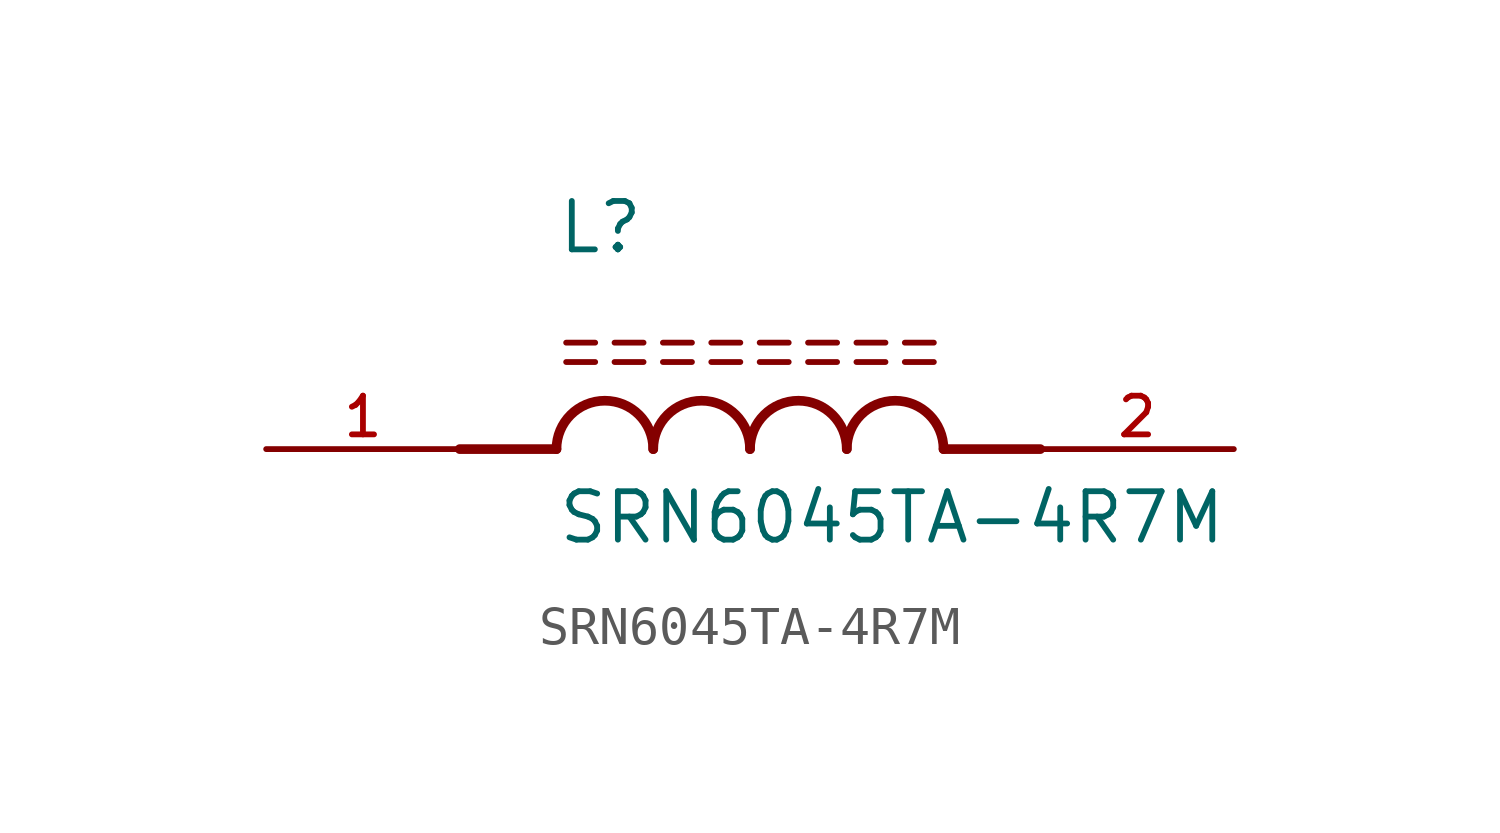
<source format=kicad_sym>
(kicad_symbol_lib
  (version 20231120)
  (generator "kicad_symbol_editor")
  (generator_version "8.0")
  (symbol "SRN6045TA-4R7M"
    (pin_names
      (offset 1.016))
    (property "Reference" "L"
      (at -5.08 5.08 0)
      (effects (font (size 1.27 1.27)) (justify left bottom)))
    (property "Value" "SRN6045TA-4R7M"
      (at -5.08 -2.54 0)
      (effects (font (size 1.27 1.27)) (justify left bottom)))
    (symbol "SRN6045TA-4R7M_0_0"
      (arc (start -2.54 0) (mid -3.81 1.2645) (end -5.08 0) (stroke (width 0.254) (type default)) (fill (type none)))
      (arc (start 0 0) (mid -1.27 1.2645) (end -2.54 0) (stroke (width 0.254) (type default)) (fill (type none)))
      (polyline (pts (xy -5.08 0) (xy -7.62 0)) (stroke (width 0.254) (type default)) (fill (type none)))
      (polyline (pts (xy -4.826 2.286) (xy -4.064 2.286)) (stroke (width 0.152) (type default)) (fill (type none)))
      (polyline (pts (xy -4.826 2.794) (xy -4.064 2.794)) (stroke (width 0.152) (type default)) (fill (type none)))
      (polyline (pts (xy -3.556 2.286) (xy -2.794 2.286)) (stroke (width 0.152) (type default)) (fill (type none)))
      (polyline (pts (xy -3.556 2.794) (xy -2.794 2.794)) (stroke (width 0.152) (type default)) (fill (type none)))
      (polyline (pts (xy -2.286 2.286) (xy -1.524 2.286)) (stroke (width 0.152) (type default)) (fill (type none)))
      (polyline (pts (xy -2.286 2.794) (xy -1.524 2.794)) (stroke (width 0.152) (type default)) (fill (type none)))
      (polyline (pts (xy -1.016 2.286) (xy -0.254 2.286)) (stroke (width 0.152) (type default)) (fill (type none)))
      (polyline (pts (xy -1.016 2.794) (xy -0.254 2.794)) (stroke (width 0.152) (type default)) (fill (type none)))
      (polyline (pts (xy 0.254 2.286) (xy 1.016 2.286)) (stroke (width 0.152) (type default)) (fill (type none)))
      (polyline (pts (xy 0.254 2.794) (xy 1.016 2.794)) (stroke (width 0.152) (type default)) (fill (type none)))
      (polyline (pts (xy 1.524 2.286) (xy 2.286 2.286)) (stroke (width 0.152) (type default)) (fill (type none)))
      (polyline (pts (xy 1.524 2.794) (xy 2.286 2.794)) (stroke (width 0.152) (type default)) (fill (type none)))
      (polyline (pts (xy 2.794 2.286) (xy 3.556 2.286)) (stroke (width 0.152) (type default)) (fill (type none)))
      (polyline (pts (xy 2.794 2.794) (xy 3.556 2.794)) (stroke (width 0.152) (type default)) (fill (type none)))
      (polyline (pts (xy 4.064 2.286) (xy 4.826 2.286)) (stroke (width 0.152) (type default)) (fill (type none)))
      (polyline (pts (xy 4.064 2.794) (xy 4.826 2.794)) (stroke (width 0.152) (type default)) (fill (type none)))
      (polyline (pts (xy 5.08 0) (xy 7.62 0)) (stroke (width 0.254) (type default)) (fill (type none)))
      (arc (start 2.54 0) (mid 1.27 1.2645) (end 0 0) (stroke (width 0.254) (type default)) (fill (type none)))
      (arc (start 5.08 0) (mid 3.81 1.2645) (end 2.54 0) (stroke (width 0.254) (type default)) (fill (type none)))
      (pin passive line (at -12.7 0 0) (length 5.08) (name "~" (effects (font (size 1.016 1.016)))) (number "1" (effects (font (size 1.016 1.016)))))
      (pin passive line (at 12.7 0 180) (length 5.08) (name "~" (effects (font (size 1.016 1.016)))) (number "2" (effects (font (size 1.016 1.016))))))))
</source>
